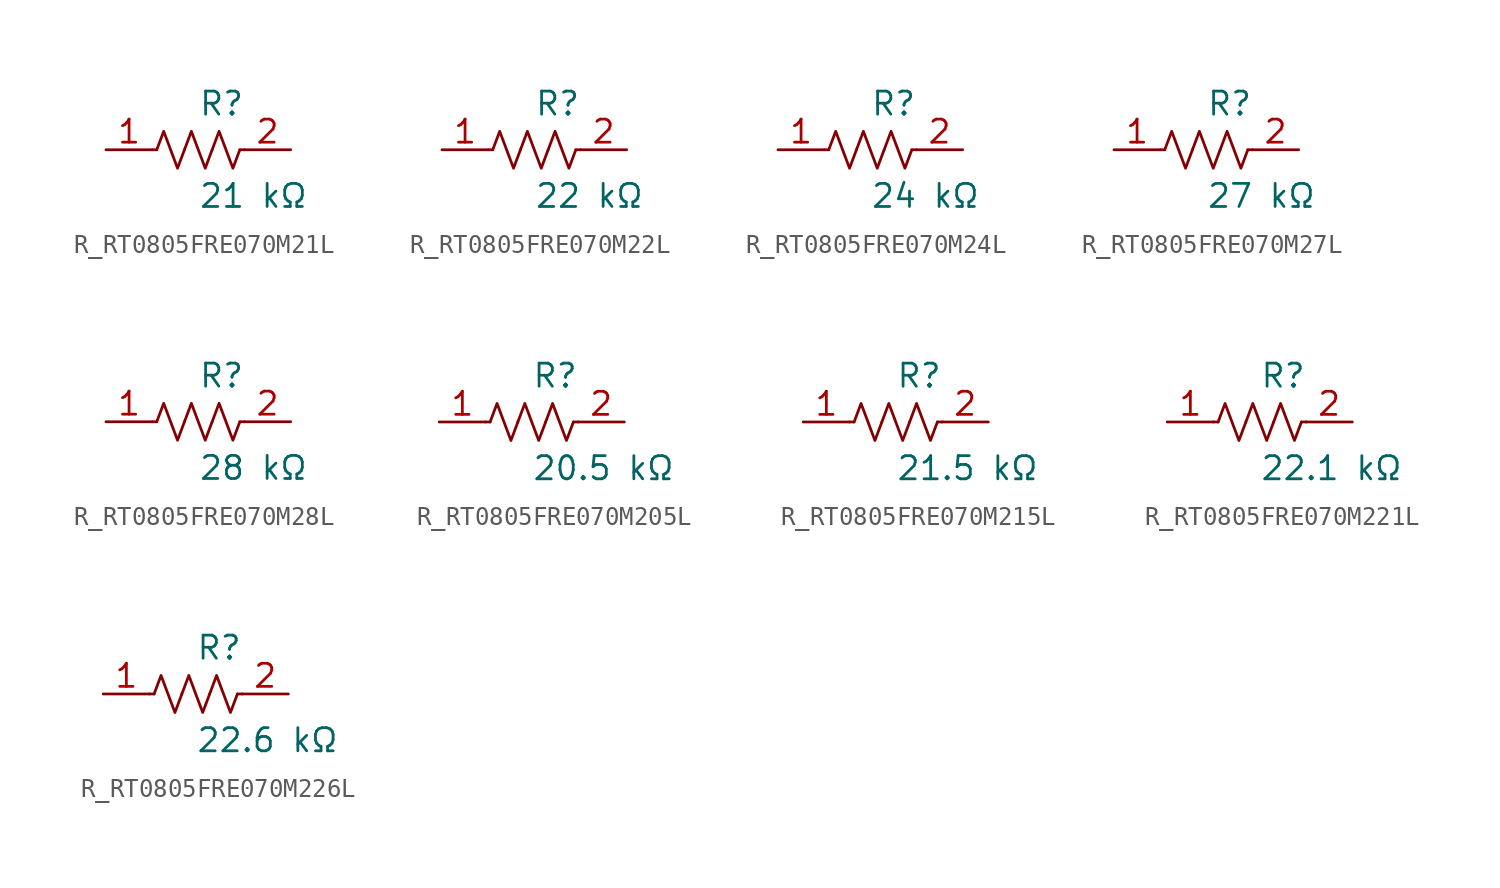
<source format=kicad_sym>
(kicad_symbol_lib
  (version 20231120)
  (generator kicad_symbol_editor)
  (generator_version 8.0)
  (symbol "R_RT0805FRE070M21L"
    (pin_names
      (offset 0.254))
    (property "Reference" "R"
      (at 0.0 2.54 0)
      (effects (font (size 1.27 1.27)) (justify left)))
    (property "Value" "21 kΩ"
      (at 0.0 -2.54 0)
      (effects (font (size 1.27 1.27)) (justify left)))
    (symbol "R_RT0805FRE070M21L_0_1"
      (polyline (pts (xy 2.286 0) (xy 2.54 0)) (stroke (width 0) (type default)) (fill (type none)))
      (polyline (pts (xy -2.286 0) (xy -2.54 0)) (stroke (width 0) (type default)) (fill (type none)))
      (polyline (pts (xy 0.762 0) (xy 1.143 1.016) (xy 1.524 0) (xy 1.905 -1.016) (xy 2.286 0)) (stroke (width 0) (type default)) (fill (type none)))
      (polyline (pts (xy -0.762 0) (xy -0.381 1.016) (xy 0 0) (xy 0.381 -1.016) (xy 0.762 0)) (stroke (width 0) (type default)) (fill (type none)))
      (polyline (pts (xy -2.286 0) (xy -1.905 1.016) (xy -1.524 0) (xy -1.143 -1.016) (xy -0.762 0)) (stroke (width 0) (type default)) (fill (type none))))
    (pin unspecified line
      (at -5.08 0 0)
      (length 2.54)
      (name "" (effects (font (size 1.27 1.27))))
      (number "1" (effects (font (size 1.27 1.27)))))
    (pin unspecified line
      (at 5.08 0 180)
      (length 2.54)
      (name "" (effects (font (size 1.27 1.27))))
      (number "2" (effects (font (size 1.27 1.27))))))
  (symbol "R_RT0805FRE070M22L"
    (pin_names
      (offset 0.254))
    (property "Reference" "R"
      (at 0.0 2.54 0)
      (effects (font (size 1.27 1.27)) (justify left)))
    (property "Value" "22 kΩ"
      (at 0.0 -2.54 0)
      (effects (font (size 1.27 1.27)) (justify left)))
    (symbol "R_RT0805FRE070M22L_0_1"
      (polyline (pts (xy 2.286 0) (xy 2.54 0)) (stroke (width 0) (type default)) (fill (type none)))
      (polyline (pts (xy -2.286 0) (xy -2.54 0)) (stroke (width 0) (type default)) (fill (type none)))
      (polyline (pts (xy 0.762 0) (xy 1.143 1.016) (xy 1.524 0) (xy 1.905 -1.016) (xy 2.286 0)) (stroke (width 0) (type default)) (fill (type none)))
      (polyline (pts (xy -0.762 0) (xy -0.381 1.016) (xy 0 0) (xy 0.381 -1.016) (xy 0.762 0)) (stroke (width 0) (type default)) (fill (type none)))
      (polyline (pts (xy -2.286 0) (xy -1.905 1.016) (xy -1.524 0) (xy -1.143 -1.016) (xy -0.762 0)) (stroke (width 0) (type default)) (fill (type none))))
    (pin unspecified line
      (at -5.08 0 0)
      (length 2.54)
      (name "" (effects (font (size 1.27 1.27))))
      (number "1" (effects (font (size 1.27 1.27)))))
    (pin unspecified line
      (at 5.08 0 180)
      (length 2.54)
      (name "" (effects (font (size 1.27 1.27))))
      (number "2" (effects (font (size 1.27 1.27))))))
  (symbol "R_RT0805FRE070M24L"
    (pin_names
      (offset 0.254))
    (property "Reference" "R"
      (at 0.0 2.54 0)
      (effects (font (size 1.27 1.27)) (justify left)))
    (property "Value" "24 kΩ"
      (at 0.0 -2.54 0)
      (effects (font (size 1.27 1.27)) (justify left)))
    (symbol "R_RT0805FRE070M24L_0_1"
      (polyline (pts (xy 2.286 0) (xy 2.54 0)) (stroke (width 0) (type default)) (fill (type none)))
      (polyline (pts (xy -2.286 0) (xy -2.54 0)) (stroke (width 0) (type default)) (fill (type none)))
      (polyline (pts (xy 0.762 0) (xy 1.143 1.016) (xy 1.524 0) (xy 1.905 -1.016) (xy 2.286 0)) (stroke (width 0) (type default)) (fill (type none)))
      (polyline (pts (xy -0.762 0) (xy -0.381 1.016) (xy 0 0) (xy 0.381 -1.016) (xy 0.762 0)) (stroke (width 0) (type default)) (fill (type none)))
      (polyline (pts (xy -2.286 0) (xy -1.905 1.016) (xy -1.524 0) (xy -1.143 -1.016) (xy -0.762 0)) (stroke (width 0) (type default)) (fill (type none))))
    (pin unspecified line
      (at -5.08 0 0)
      (length 2.54)
      (name "" (effects (font (size 1.27 1.27))))
      (number "1" (effects (font (size 1.27 1.27)))))
    (pin unspecified line
      (at 5.08 0 180)
      (length 2.54)
      (name "" (effects (font (size 1.27 1.27))))
      (number "2" (effects (font (size 1.27 1.27))))))
  (symbol "R_RT0805FRE070M27L"
    (pin_names
      (offset 0.254))
    (property "Reference" "R"
      (at 0.0 2.54 0)
      (effects (font (size 1.27 1.27)) (justify left)))
    (property "Value" "27 kΩ"
      (at 0.0 -2.54 0)
      (effects (font (size 1.27 1.27)) (justify left)))
    (symbol "R_RT0805FRE070M27L_0_1"
      (polyline (pts (xy 2.286 0) (xy 2.54 0)) (stroke (width 0) (type default)) (fill (type none)))
      (polyline (pts (xy -2.286 0) (xy -2.54 0)) (stroke (width 0) (type default)) (fill (type none)))
      (polyline (pts (xy 0.762 0) (xy 1.143 1.016) (xy 1.524 0) (xy 1.905 -1.016) (xy 2.286 0)) (stroke (width 0) (type default)) (fill (type none)))
      (polyline (pts (xy -0.762 0) (xy -0.381 1.016) (xy 0 0) (xy 0.381 -1.016) (xy 0.762 0)) (stroke (width 0) (type default)) (fill (type none)))
      (polyline (pts (xy -2.286 0) (xy -1.905 1.016) (xy -1.524 0) (xy -1.143 -1.016) (xy -0.762 0)) (stroke (width 0) (type default)) (fill (type none))))
    (pin unspecified line
      (at -5.08 0 0)
      (length 2.54)
      (name "" (effects (font (size 1.27 1.27))))
      (number "1" (effects (font (size 1.27 1.27)))))
    (pin unspecified line
      (at 5.08 0 180)
      (length 2.54)
      (name "" (effects (font (size 1.27 1.27))))
      (number "2" (effects (font (size 1.27 1.27))))))
  (symbol "R_RT0805FRE070M28L"
    (pin_names
      (offset 0.254))
    (property "Reference" "R"
      (at 0.0 2.54 0)
      (effects (font (size 1.27 1.27)) (justify left)))
    (property "Value" "28 kΩ"
      (at 0.0 -2.54 0)
      (effects (font (size 1.27 1.27)) (justify left)))
    (symbol "R_RT0805FRE070M28L_0_1"
      (polyline (pts (xy 2.286 0) (xy 2.54 0)) (stroke (width 0) (type default)) (fill (type none)))
      (polyline (pts (xy -2.286 0) (xy -2.54 0)) (stroke (width 0) (type default)) (fill (type none)))
      (polyline (pts (xy 0.762 0) (xy 1.143 1.016) (xy 1.524 0) (xy 1.905 -1.016) (xy 2.286 0)) (stroke (width 0) (type default)) (fill (type none)))
      (polyline (pts (xy -0.762 0) (xy -0.381 1.016) (xy 0 0) (xy 0.381 -1.016) (xy 0.762 0)) (stroke (width 0) (type default)) (fill (type none)))
      (polyline (pts (xy -2.286 0) (xy -1.905 1.016) (xy -1.524 0) (xy -1.143 -1.016) (xy -0.762 0)) (stroke (width 0) (type default)) (fill (type none))))
    (pin unspecified line
      (at -5.08 0 0)
      (length 2.54)
      (name "" (effects (font (size 1.27 1.27))))
      (number "1" (effects (font (size 1.27 1.27)))))
    (pin unspecified line
      (at 5.08 0 180)
      (length 2.54)
      (name "" (effects (font (size 1.27 1.27))))
      (number "2" (effects (font (size 1.27 1.27))))))
  (symbol "R_RT0805FRE070M205L"
    (pin_names
      (offset 0.254))
    (property "Reference" "R"
      (at 0.0 2.54 0)
      (effects (font (size 1.27 1.27)) (justify left)))
    (property "Value" "20.5 kΩ"
      (at 0.0 -2.54 0)
      (effects (font (size 1.27 1.27)) (justify left)))
    (symbol "R_RT0805FRE070M205L_0_1"
      (polyline (pts (xy 2.286 0) (xy 2.54 0)) (stroke (width 0) (type default)) (fill (type none)))
      (polyline (pts (xy -2.286 0) (xy -2.54 0)) (stroke (width 0) (type default)) (fill (type none)))
      (polyline (pts (xy 0.762 0) (xy 1.143 1.016) (xy 1.524 0) (xy 1.905 -1.016) (xy 2.286 0)) (stroke (width 0) (type default)) (fill (type none)))
      (polyline (pts (xy -0.762 0) (xy -0.381 1.016) (xy 0 0) (xy 0.381 -1.016) (xy 0.762 0)) (stroke (width 0) (type default)) (fill (type none)))
      (polyline (pts (xy -2.286 0) (xy -1.905 1.016) (xy -1.524 0) (xy -1.143 -1.016) (xy -0.762 0)) (stroke (width 0) (type default)) (fill (type none))))
    (pin unspecified line
      (at -5.08 0 0)
      (length 2.54)
      (name "" (effects (font (size 1.27 1.27))))
      (number "1" (effects (font (size 1.27 1.27)))))
    (pin unspecified line
      (at 5.08 0 180)
      (length 2.54)
      (name "" (effects (font (size 1.27 1.27))))
      (number "2" (effects (font (size 1.27 1.27))))))
  (symbol "R_RT0805FRE070M215L"
    (pin_names
      (offset 0.254))
    (property "Reference" "R"
      (at 0.0 2.54 0)
      (effects (font (size 1.27 1.27)) (justify left)))
    (property "Value" "21.5 kΩ"
      (at 0.0 -2.54 0)
      (effects (font (size 1.27 1.27)) (justify left)))
    (symbol "R_RT0805FRE070M215L_0_1"
      (polyline (pts (xy 2.286 0) (xy 2.54 0)) (stroke (width 0) (type default)) (fill (type none)))
      (polyline (pts (xy -2.286 0) (xy -2.54 0)) (stroke (width 0) (type default)) (fill (type none)))
      (polyline (pts (xy 0.762 0) (xy 1.143 1.016) (xy 1.524 0) (xy 1.905 -1.016) (xy 2.286 0)) (stroke (width 0) (type default)) (fill (type none)))
      (polyline (pts (xy -0.762 0) (xy -0.381 1.016) (xy 0 0) (xy 0.381 -1.016) (xy 0.762 0)) (stroke (width 0) (type default)) (fill (type none)))
      (polyline (pts (xy -2.286 0) (xy -1.905 1.016) (xy -1.524 0) (xy -1.143 -1.016) (xy -0.762 0)) (stroke (width 0) (type default)) (fill (type none))))
    (pin unspecified line
      (at -5.08 0 0)
      (length 2.54)
      (name "" (effects (font (size 1.27 1.27))))
      (number "1" (effects (font (size 1.27 1.27)))))
    (pin unspecified line
      (at 5.08 0 180)
      (length 2.54)
      (name "" (effects (font (size 1.27 1.27))))
      (number "2" (effects (font (size 1.27 1.27))))))
  (symbol "R_RT0805FRE070M221L"
    (pin_names
      (offset 0.254))
    (property "Reference" "R"
      (at 0.0 2.54 0)
      (effects (font (size 1.27 1.27)) (justify left)))
    (property "Value" "22.1 kΩ"
      (at 0.0 -2.54 0)
      (effects (font (size 1.27 1.27)) (justify left)))
    (symbol "R_RT0805FRE070M221L_0_1"
      (polyline (pts (xy 2.286 0) (xy 2.54 0)) (stroke (width 0) (type default)) (fill (type none)))
      (polyline (pts (xy -2.286 0) (xy -2.54 0)) (stroke (width 0) (type default)) (fill (type none)))
      (polyline (pts (xy 0.762 0) (xy 1.143 1.016) (xy 1.524 0) (xy 1.905 -1.016) (xy 2.286 0)) (stroke (width 0) (type default)) (fill (type none)))
      (polyline (pts (xy -0.762 0) (xy -0.381 1.016) (xy 0 0) (xy 0.381 -1.016) (xy 0.762 0)) (stroke (width 0) (type default)) (fill (type none)))
      (polyline (pts (xy -2.286 0) (xy -1.905 1.016) (xy -1.524 0) (xy -1.143 -1.016) (xy -0.762 0)) (stroke (width 0) (type default)) (fill (type none))))
    (pin unspecified line
      (at -5.08 0 0)
      (length 2.54)
      (name "" (effects (font (size 1.27 1.27))))
      (number "1" (effects (font (size 1.27 1.27)))))
    (pin unspecified line
      (at 5.08 0 180)
      (length 2.54)
      (name "" (effects (font (size 1.27 1.27))))
      (number "2" (effects (font (size 1.27 1.27))))))
  (symbol "R_RT0805FRE070M226L"
    (pin_names
      (offset 0.254))
    (property "Reference" "R"
      (at 0.0 2.54 0)
      (effects (font (size 1.27 1.27)) (justify left)))
    (property "Value" "22.6 kΩ"
      (at 0.0 -2.54 0)
      (effects (font (size 1.27 1.27)) (justify left)))
    (symbol "R_RT0805FRE070M226L_0_1"
      (polyline (pts (xy 2.286 0) (xy 2.54 0)) (stroke (width 0) (type default)) (fill (type none)))
      (polyline (pts (xy -2.286 0) (xy -2.54 0)) (stroke (width 0) (type default)) (fill (type none)))
      (polyline (pts (xy 0.762 0) (xy 1.143 1.016) (xy 1.524 0) (xy 1.905 -1.016) (xy 2.286 0)) (stroke (width 0) (type default)) (fill (type none)))
      (polyline (pts (xy -0.762 0) (xy -0.381 1.016) (xy 0 0) (xy 0.381 -1.016) (xy 0.762 0)) (stroke (width 0) (type default)) (fill (type none)))
      (polyline (pts (xy -2.286 0) (xy -1.905 1.016) (xy -1.524 0) (xy -1.143 -1.016) (xy -0.762 0)) (stroke (width 0) (type default)) (fill (type none))))
    (pin unspecified line
      (at -5.08 0 0)
      (length 2.54)
      (name "" (effects (font (size 1.27 1.27))))
      (number "1" (effects (font (size 1.27 1.27)))))
    (pin unspecified line
      (at 5.08 0 180)
      (length 2.54)
      (name "" (effects (font (size 1.27 1.27))))
      (number "2" (effects (font (size 1.27 1.27)))))))
</source>
